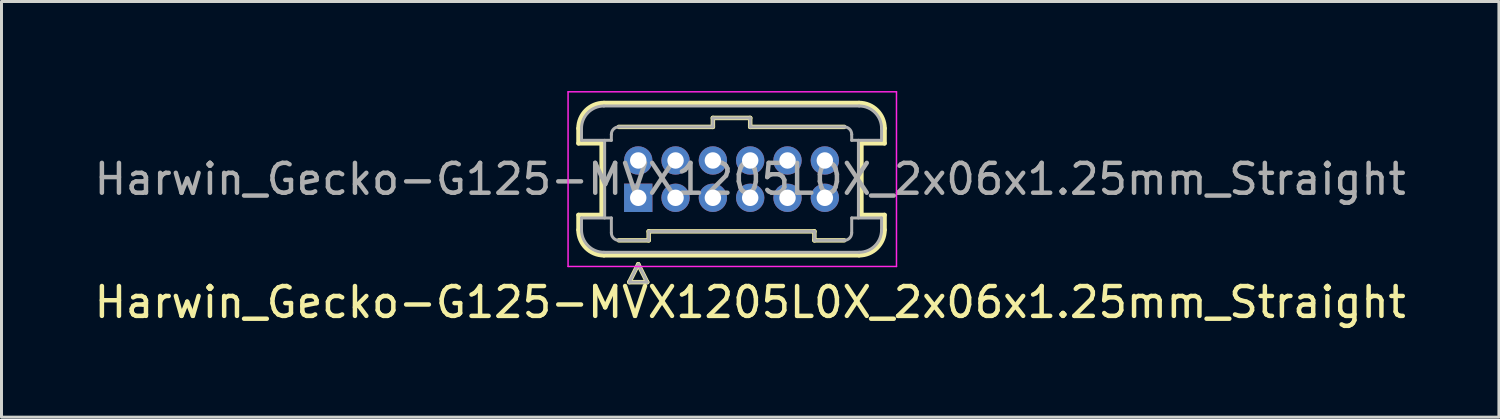
<source format=kicad_pcb>
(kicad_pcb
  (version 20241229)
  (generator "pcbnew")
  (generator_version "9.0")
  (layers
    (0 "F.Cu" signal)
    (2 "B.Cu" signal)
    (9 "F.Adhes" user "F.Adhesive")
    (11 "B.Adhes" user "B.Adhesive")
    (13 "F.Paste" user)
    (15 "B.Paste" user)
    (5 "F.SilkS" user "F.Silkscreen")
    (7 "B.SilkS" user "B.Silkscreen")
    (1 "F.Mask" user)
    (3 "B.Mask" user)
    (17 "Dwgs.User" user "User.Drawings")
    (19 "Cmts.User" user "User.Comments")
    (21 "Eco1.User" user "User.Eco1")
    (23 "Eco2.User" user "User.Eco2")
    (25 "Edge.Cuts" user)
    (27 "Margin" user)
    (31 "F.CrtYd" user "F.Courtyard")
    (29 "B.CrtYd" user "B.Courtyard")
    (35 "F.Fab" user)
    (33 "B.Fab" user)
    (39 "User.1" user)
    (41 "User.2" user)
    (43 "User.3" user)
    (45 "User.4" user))
  (footprint "Harwin_Gecko-G125-MVX1205L0X_2x06x1.25mm_Straight"
    (layer "F.Cu")
    (at 18.327 3.575)
    (property "Reference" "Harwin_Gecko-G125-MVX1205L0X_2x06x1.25mm_Straight" (at 3.75 3.5 0) (layer "F.SilkS") (effects (font (size 1 1) (thickness 0.15))))
    (attr through_hole)
    (fp_line (start -2 -1.825) (end -2 -2.325) (stroke (width 0.15) (type solid)) (layer "F.SilkS"))
    (fp_line (start -2 -1.825) (end -1.225 -1.825) (stroke (width 0.15) (type solid)) (layer "F.SilkS"))
    (fp_line (start -2 0.575) (end -1.225 0.575) (stroke (width 0.15) (type solid)) (layer "F.SilkS"))
    (fp_line (start -2 1.075) (end -2 0.575) (stroke (width 0.15) (type solid)) (layer "F.SilkS"))
    (fp_line (start -1.225 -1.825) (end -1.225 0.575) (stroke (width 0.15) (type solid)) (layer "F.SilkS"))
    (fp_line (start -1.15 -3.175) (end 7.4 -3.175) (stroke (width 0.15) (type solid)) (layer "F.SilkS"))
    (fp_line (start -1.15 1.925) (end 7.4 1.925) (stroke (width 0.15) (type solid)) (layer "F.SilkS"))
    (fp_line (start -0.65 -2.375) (end 2.5 -2.375) (stroke (width 0.15) (type solid)) (layer "F.SilkS"))
    (fp_line (start -0.65 1.425) (end 0.35 1.425) (stroke (width 0.15) (type solid)) (layer "F.SilkS"))
    (fp_line (start -0.3 2.825) (end 0.3 2.825) (stroke (width 0.15) (type solid)) (layer "F.SilkS"))
    (fp_line (start 0 2.225) (end -0.3 2.825) (stroke (width 0.15) (type solid)) (layer "F.SilkS"))
    (fp_line (start 0.3 2.825) (end 0 2.225) (stroke (width 0.15) (type solid)) (layer "F.SilkS"))
    (fp_line (start 0.35 1.125) (end 5.9 1.125) (stroke (width 0.15) (type solid)) (layer "F.SilkS"))
    (fp_line (start 0.35 1.425) (end 0.35 1.125) (stroke (width 0.15) (type solid)) (layer "F.SilkS"))
    (fp_line (start 2.5 -2.675) (end 3.75 -2.675) (stroke (width 0.15) (type solid)) (layer "F.SilkS"))
    (fp_line (start 2.5 -2.375) (end 2.5 -2.675) (stroke (width 0.15) (type solid)) (layer "F.SilkS"))
    (fp_line (start 3.75 -2.675) (end 3.75 -2.375) (stroke (width 0.15) (type solid)) (layer "F.SilkS"))
    (fp_line (start 3.75 -2.375) (end 6.9 -2.375) (stroke (width 0.15) (type solid)) (layer "F.SilkS"))
    (fp_line (start 5.9 1.125) (end 5.9 1.425) (stroke (width 0.15) (type solid)) (layer "F.SilkS"))
    (fp_line (start 5.9 1.425) (end 6.9 1.425) (stroke (width 0.15) (type solid)) (layer "F.SilkS"))
    (fp_line (start 7.475 -1.825) (end 7.475 0.575) (stroke (width 0.15) (type solid)) (layer "F.SilkS"))
    (fp_line (start 8.25 -2.325) (end 8.25 -1.825) (stroke (width 0.15) (type solid)) (layer "F.SilkS"))
    (fp_line (start 8.25 -1.825) (end 7.475 -1.825) (stroke (width 0.15) (type solid)) (layer "F.SilkS"))
    (fp_line (start 8.25 0.575) (end 7.475 0.575) (stroke (width 0.15) (type solid)) (layer "F.SilkS"))
    (fp_line (start 8.25 1.075) (end 8.25 0.575) (stroke (width 0.15) (type solid)) (layer "F.SilkS"))
    (fp_arc (start -2 -2.325) (mid -1.751041 -2.926041) (end -1.15 -3.175) (stroke (width 0.15) (type solid)) (layer "F.SilkS"))
    (fp_arc (start -1.15 1.925) (mid -1.751041 1.676041) (end -2 1.075) (stroke (width 0.15) (type solid)) (layer "F.SilkS"))
    (fp_arc (start 7.4 -3.175) (mid 8.001041 -2.926041) (end 8.25 -2.325) (stroke (width 0.15) (type solid)) (layer "F.SilkS"))
    (fp_arc (start 8.25 1.075) (mid 8.001041 1.676041) (end 7.4 1.925) (stroke (width 0.15) (type solid)) (layer "F.SilkS"))
    (fp_line (start -2.35 -3.55) (end -2.35 2.3) (stroke (width 0.05) (type solid)) (layer "F.CrtYd"))
    (fp_line (start -2.35 2.3) (end 8.65 2.3) (stroke (width 0.05) (type solid)) (layer "F.CrtYd"))
    (fp_line (start 8.65 -3.55) (end -2.35 -3.55) (stroke (width 0.05) (type solid)) (layer "F.CrtYd"))
    (fp_line (start 8.65 2.3) (end 8.65 -3.55) (stroke (width 0.05) (type solid)) (layer "F.CrtYd"))
    (fp_line (start -1.9 -2.325) (end -1.9 -1.925) (stroke (width 0.1) (type solid)) (layer "F.Fab"))
    (fp_line (start -1.9 -1.925) (end -0.9 -1.925) (stroke (width 0.1) (type solid)) (layer "F.Fab"))
    (fp_line (start -1.9 0.675) (end -0.9 0.675) (stroke (width 0.1) (type solid)) (layer "F.Fab"))
    (fp_line (start -1.9 1.075) (end -1.9 0.675) (stroke (width 0.1) (type solid)) (layer "F.Fab"))
    (fp_line (start -1.15 -3.075) (end 7.4 -3.075) (stroke (width 0.1) (type solid)) (layer "F.Fab"))
    (fp_line (start -1.15 1.825) (end 7.4 1.825) (stroke (width 0.1) (type solid)) (layer "F.Fab"))
    (fp_line (start -1.125 -1.925) (end -1.125 0.675) (stroke (width 0.1) (type solid)) (layer "F.Fab"))
    (fp_line (start -0.9 -2.125) (end -0.9 -1.925) (stroke (width 0.1) (type solid)) (layer "F.Fab"))
    (fp_line (start -0.9 1.175) (end -0.9 0.675) (stroke (width 0.1) (type solid)) (layer "F.Fab"))
    (fp_line (start -0.65 -2.375) (end 2.5 -2.375) (stroke (width 0.1) (type solid)) (layer "F.Fab"))
    (fp_line (start -0.65 1.425) (end 0.35 1.425) (stroke (width 0.1) (type solid)) (layer "F.Fab"))
    (fp_line (start -0.3 2.825) (end 0.3 2.825) (stroke (width 0.1) (type solid)) (layer "F.Fab"))
    (fp_line (start 0 2.225) (end -0.3 2.825) (stroke (width 0.1) (type solid)) (layer "F.Fab"))
    (fp_line (start 0.3 2.825) (end 0 2.225) (stroke (width 0.1) (type solid)) (layer "F.Fab"))
    (fp_line (start 0.35 1.125) (end 5.9 1.125) (stroke (width 0.1) (type solid)) (layer "F.Fab"))
    (fp_line (start 0.35 1.425) (end 0.35 1.125) (stroke (width 0.1) (type solid)) (layer "F.Fab"))
    (fp_line (start 2.5 -2.675) (end 3.75 -2.675) (stroke (width 0.1) (type solid)) (layer "F.Fab"))
    (fp_line (start 2.5 -2.375) (end 2.5 -2.675) (stroke (width 0.1) (type solid)) (layer "F.Fab"))
    (fp_line (start 3.75 -2.675) (end 3.75 -2.375) (stroke (width 0.1) (type solid)) (layer "F.Fab"))
    (fp_line (start 3.75 -2.375) (end 6.9 -2.375) (stroke (width 0.1) (type solid)) (layer "F.Fab"))
    (fp_line (start 5.9 1.125) (end 5.9 1.425) (stroke (width 0.1) (type solid)) (layer "F.Fab"))
    (fp_line (start 5.9 1.425) (end 6.9 1.425) (stroke (width 0.1) (type solid)) (layer "F.Fab"))
    (fp_line (start 7.15 -2.125) (end 7.15 -1.925) (stroke (width 0.1) (type solid)) (layer "F.Fab"))
    (fp_line (start 7.15 1.175) (end 7.15 0.675) (stroke (width 0.1) (type solid)) (layer "F.Fab"))
    (fp_line (start 7.375 -1.925) (end 7.375 0.675) (stroke (width 0.1) (type solid)) (layer "F.Fab"))
    (fp_line (start 8.15 -2.325) (end 8.15 -1.925) (stroke (width 0.1) (type solid)) (layer "F.Fab"))
    (fp_line (start 8.15 -1.925) (end 7.15 -1.925) (stroke (width 0.1) (type solid)) (layer "F.Fab"))
    (fp_line (start 8.15 0.675) (end 7.15 0.675) (stroke (width 0.1) (type solid)) (layer "F.Fab"))
    (fp_line (start 8.15 1.075) (end 8.15 0.675) (stroke (width 0.1) (type solid)) (layer "F.Fab"))
    (fp_arc (start -1.9 -2.325) (mid -1.68033 -2.85533) (end -1.15 -3.075) (stroke (width 0.1) (type solid)) (layer "F.Fab"))
    (fp_arc (start -1.15 1.825) (mid -1.68033 1.60533) (end -1.9 1.075) (stroke (width 0.1) (type solid)) (layer "F.Fab"))
    (fp_arc (start -0.9 -2.125) (mid -0.826777 -2.301777) (end -0.65 -2.375) (stroke (width 0.1) (type solid)) (layer "F.Fab"))
    (fp_arc (start -0.65 1.425) (mid -0.826777 1.351777) (end -0.9 1.175) (stroke (width 0.1) (type solid)) (layer "F.Fab"))
    (fp_arc (start 6.9 -2.375) (mid 7.076777 -2.301777) (end 7.15 -2.125) (stroke (width 0.1) (type solid)) (layer "F.Fab"))
    (fp_arc (start 7.15 1.175) (mid 7.076777 1.351777) (end 6.9 1.425) (stroke (width 0.1) (type solid)) (layer "F.Fab"))
    (fp_arc (start 7.4 -3.075) (mid 7.93033 -2.85533) (end 8.15 -2.325) (stroke (width 0.1) (type solid)) (layer "F.Fab"))
    (fp_arc (start 8.15 1.075) (mid 7.93033 1.60533) (end 7.4 1.825) (stroke (width 0.1) (type solid)) (layer "F.Fab"))
    (fp_text user "${REFERENCE}" (at 3.75 -0.625 0) (layer "F.Fab") (effects (font (size 1 1) (thickness 0.15))))
    (pad "1" thru_hole rect (at 0 0) (size 0.95 0.95) (drill 0.55) (layers "*.Cu" "*.Mask"))
    (pad "2" thru_hole circle (at 1.25 0) (size 0.95 0.95) (drill 0.55) (layers "*.Cu" "*.Mask"))
    (pad "3" thru_hole circle (at 2.5 0) (size 0.95 0.95) (drill 0.55) (layers "*.Cu" "*.Mask"))
    (pad "4" thru_hole circle (at 3.75 0) (size 0.95 0.95) (drill 0.55) (layers "*.Cu" "*.Mask"))
    (pad "5" thru_hole circle (at 5 0) (size 0.95 0.95) (drill 0.55) (layers "*.Cu" "*.Mask"))
    (pad "6" thru_hole circle (at 6.25 0) (size 0.95 0.95) (drill 0.55) (layers "*.Cu" "*.Mask"))
    (pad "7" thru_hole circle (at 0 -1.25) (size 0.95 0.95) (drill 0.55) (layers "*.Cu" "*.Mask"))
    (pad "8" thru_hole circle (at 1.25 -1.25) (size 0.95 0.95) (drill 0.55) (layers "*.Cu" "*.Mask"))
    (pad "9" thru_hole circle (at 2.5 -1.25) (size 0.95 0.95) (drill 0.55) (layers "*.Cu" "*.Mask"))
    (pad "10" thru_hole circle (at 3.75 -1.25) (size 0.95 0.95) (drill 0.55) (layers "*.Cu" "*.Mask"))
    (pad "11" thru_hole circle (at 5 -1.25) (size 0.95 0.95) (drill 0.55) (layers "*.Cu" "*.Mask"))
    (pad "12" thru_hole circle (at 6.25 -1.25) (size 0.95 0.95) (drill 0.55) (layers "*.Cu" "*.Mask")))
  (gr_rect
    (start -3 -3)
    (end 47.155 10.923)
    (stroke (width 0.1) (type default))
    (fill no)
    (layer "Edge.Cuts")))
</source>
